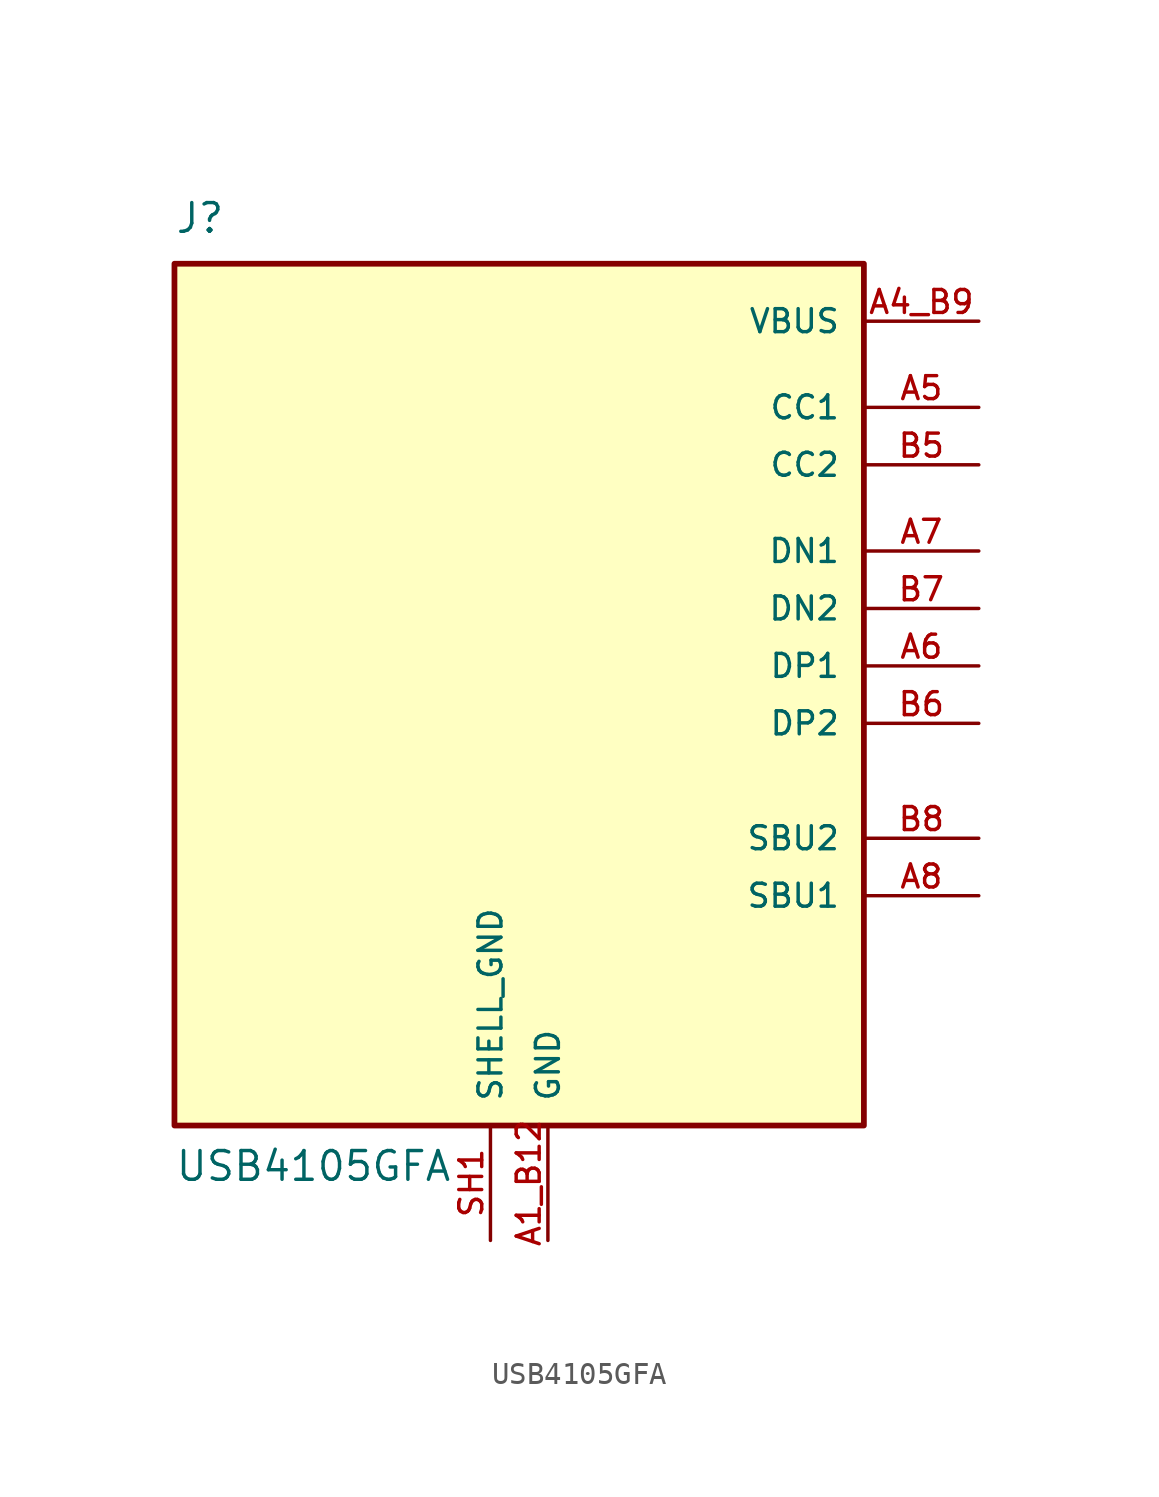
<source format=kicad_sym>
(kicad_symbol_lib
  (version 20220914)
  (generator kicad_symbol_editor)
  (symbol "USB4105GFA"
    (pin_names
      (offset 1.016))
    (property "Reference" "J"
      (at -15.24 13.97 0)
      (effects (font (size 1.27 1.27)) (justify left bottom)))
    (property "Value" "USB4105GFA"
      (at -15.24 -27.94 0)
      (effects (font (size 1.27 1.27)) (justify left bottom)))
    (symbol "USB4105GFA_0_0"
      (rectangle (start -15.24 12.7) (end 15.24 -25.4) (stroke (width 0.254) (type default)) (fill (type background)))
      (pin power_in line (at 1.27 -30.48 90) (length 5.08) (name "GND" (effects (font (size 1.016 1.016)))) (number "A1_B12" (effects (font (size 1.016 1.016)))))
      (pin power_in line (at 20.32 10.16 180) (length 5.08) (name "VBUS" (effects (font (size 1.016 1.016)))) (number "A4_B9" (effects (font (size 1.016 1.016)))))
      (pin bidirectional line (at 20.32 6.35 180) (length 5.08) (name "CC1" (effects (font (size 1.016 1.016)))) (number "A5" (effects (font (size 1.016 1.016)))))
      (pin bidirectional line (at 20.32 -5.08 180) (length 5.08) (name "DP1" (effects (font (size 1.016 1.016)))) (number "A6" (effects (font (size 1.016 1.016)))))
      (pin bidirectional line (at 20.32 0 180) (length 5.08) (name "DN1" (effects (font (size 1.016 1.016)))) (number "A7" (effects (font (size 1.016 1.016)))))
      (pin bidirectional line (at 20.32 -15.24 180) (length 5.08) (name "SBU1" (effects (font (size 1.016 1.016)))) (number "A8" (effects (font (size 1.016 1.016)))))
      (pin bidirectional line (at 20.32 3.81 180) (length 5.08) (name "CC2" (effects (font (size 1.016 1.016)))) (number "B5" (effects (font (size 1.016 1.016)))))
      (pin bidirectional line (at 20.32 -7.62 180) (length 5.08) (name "DP2" (effects (font (size 1.016 1.016)))) (number "B6" (effects (font (size 1.016 1.016)))))
      (pin bidirectional line (at 20.32 -2.54 180) (length 5.08) (name "DN2" (effects (font (size 1.016 1.016)))) (number "B7" (effects (font (size 1.016 1.016)))))
      (pin bidirectional line (at 20.32 -12.7 180) (length 5.08) (name "SBU2" (effects (font (size 1.016 1.016)))) (number "B8" (effects (font (size 1.016 1.016)))))
      (pin power_in line (at -1.27 -30.48 90) (length 5.08) (name "SHELL_GND" (effects (font (size 1.016 1.016)))) (number "SH1" (effects (font (size 1.016 1.016))))))))
</source>
